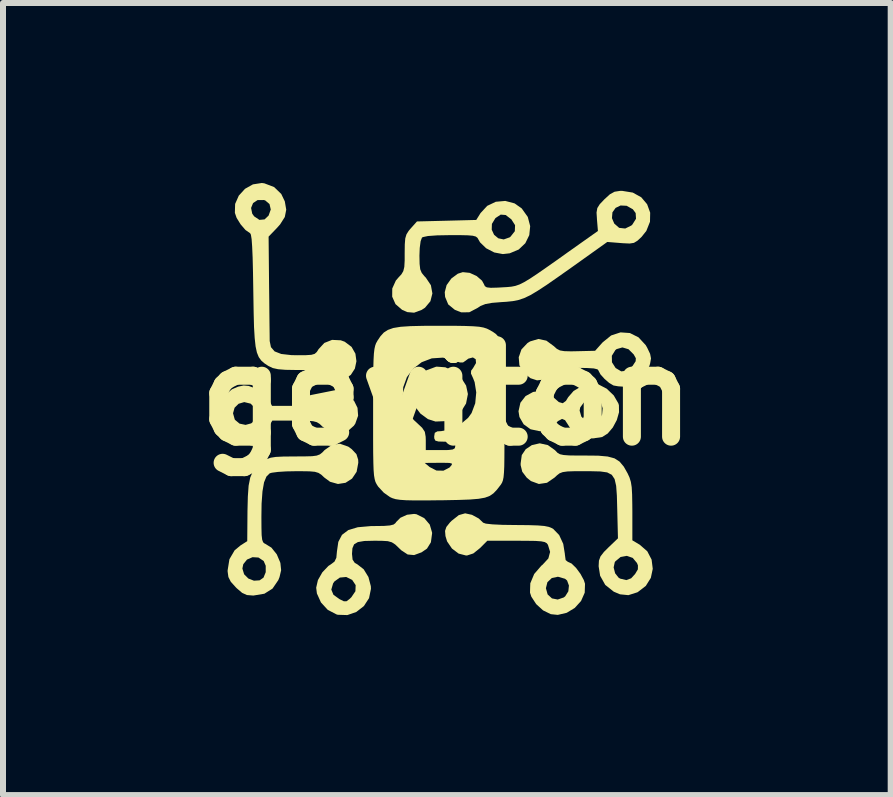
<source format=kicad_pcb>
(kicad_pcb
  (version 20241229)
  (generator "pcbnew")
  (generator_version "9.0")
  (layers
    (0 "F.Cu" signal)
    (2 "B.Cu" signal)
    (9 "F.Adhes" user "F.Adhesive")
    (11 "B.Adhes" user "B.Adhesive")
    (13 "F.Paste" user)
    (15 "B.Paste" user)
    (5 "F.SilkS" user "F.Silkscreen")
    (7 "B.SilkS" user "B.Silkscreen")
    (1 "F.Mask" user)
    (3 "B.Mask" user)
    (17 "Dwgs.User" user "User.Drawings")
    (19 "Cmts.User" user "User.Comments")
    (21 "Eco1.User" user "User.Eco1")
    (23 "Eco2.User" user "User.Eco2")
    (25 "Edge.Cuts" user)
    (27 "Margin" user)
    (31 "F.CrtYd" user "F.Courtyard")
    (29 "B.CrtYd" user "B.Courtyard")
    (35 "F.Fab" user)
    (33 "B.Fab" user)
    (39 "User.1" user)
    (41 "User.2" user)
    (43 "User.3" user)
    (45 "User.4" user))
  (footprint "geviton"
    (layer "F.Cu")
    (at 4.398 3.539)
    (property "Reference" "geviton" (at 0 0 0) (layer "F.SilkS") (effects (font (size 1.524 1.524) (thickness 0.3))))
    (attr board_only exclude_from_pos_files exclude_from_bom)
    (fp_poly (pts (xy -0.025 -0.467) (xy 0.116 -0.401) (xy 0.237 -0.295) (xy 0.321 -0.162) (xy 0.351 -0.021) (xy 0.32 0.137) (xy 0.236 0.272) (xy 0.113 0.372) (xy -0.033 0.431) (xy -0.189 0.437) (xy -0.315 0.397) (xy -0.441 0.304) (xy -0.538 0.177) (xy -0.591 0.041) (xy -0.597 -0.014) (xy -0.564 -0.17) (xy -0.475 -0.309) (xy -0.343 -0.416) (xy -0.184 -0.475) (xy -0.171 -0.478)) (stroke (width 0) (type solid)) (fill yes) (layer "F.SilkS"))
    (fp_poly (pts (xy 2.526 -0.181) (xy 2.532 -0.179) (xy 2.665 -0.11) (xy 2.782 0.002) (xy 2.858 0.133) (xy 2.868 0.164) (xy 2.87 0.282) (xy 2.833 0.412) (xy 2.766 0.537) (xy 2.681 0.637) (xy 2.589 0.695) (xy 2.547 0.703) (xy 2.469 0.713) (xy 2.453 0.717) (xy 2.386 0.719) (xy 2.317 0.704) (xy 2.164 0.642) (xy 2.063 0.558) (xy 2.02 0.491) (xy 1.97 0.414) (xy 1.92 0.393) (xy 1.854 0.429) (xy 1.786 0.492) (xy 1.69 0.567) (xy 1.586 0.596) (xy 1.54 0.597) (xy 1.395 0.566) (xy 1.28 0.483) (xy 1.21 0.362) (xy 1.194 0.263) (xy 1.197 0.254) (xy 2.213 0.254) (xy 2.242 0.355) (xy 2.314 0.425) (xy 2.409 0.453) (xy 2.505 0.431) (xy 2.545 0.402) (xy 2.588 0.319) (xy 2.597 0.216) (xy 2.57 0.128) (xy 2.558 0.112) (xy 2.472 0.069) (xy 2.372 0.076) (xy 2.281 0.123) (xy 2.223 0.202) (xy 2.213 0.254) (xy 1.197 0.254) (xy 1.226 0.124) (xy 1.312 0.013) (xy 1.438 -0.056) (xy 1.537 -0.07) (xy 1.653 -0.054) (xy 1.748 0.006) (xy 1.777 0.034) (xy 1.867 0.113) (xy 1.932 0.132) (xy 1.985 0.093) (xy 2.022 0.032) (xy 2.112 -0.072) (xy 2.239 -0.148) (xy 2.349 -0.19) (xy 2.433 -0.2)) (stroke (width 0) (type solid)) (fill yes) (layer "F.SilkS"))
    (fp_poly (pts (xy -3.302 -0.156) (xy -3.193 -0.115) (xy -3.187 -0.112) (xy -3.047 -0.026) (xy -2.97 0.067) (xy -2.914 0.176) (xy -2.533 0.176) (xy -2.364 0.175) (xy -2.251 0.171) (xy -2.181 0.16) (xy -2.138 0.14) (xy -2.108 0.109) (xy -2.095 0.09) (xy -2.023 0.022) (xy -1.922 -0.028) (xy -1.91 -0.032) (xy -1.766 -0.041) (xy -1.642 0.005) (xy -1.546 0.093) (xy -1.489 0.209) (xy -1.479 0.34) (xy -1.526 0.472) (xy -1.55 0.507) (xy -1.668 0.612) (xy -1.8 0.649) (xy -1.938 0.619) (xy -2.072 0.523) (xy -2.12 0.477) (xy -2.167 0.448) (xy -2.228 0.432) (xy -2.321 0.424) (xy -2.461 0.422) (xy -2.541 0.422) (xy -2.909 0.422) (xy -2.983 0.546) (xy -3.096 0.675) (xy -3.242 0.748) (xy -3.408 0.763) (xy -3.574 0.715) (xy -3.705 0.614) (xy -3.794 0.469) (xy -3.829 0.3) (xy -3.829 0.299) (xy -3.564 0.299) (xy -3.536 0.4) (xy -3.531 0.409) (xy -3.455 0.472) (xy -3.355 0.493) (xy -3.262 0.468) (xy -3.239 0.45) (xy -3.201 0.371) (xy -3.198 0.271) (xy -3.229 0.18) (xy -3.27 0.139) (xy -3.377 0.113) (xy -3.471 0.141) (xy -3.538 0.207) (xy -3.564 0.299) (xy -3.829 0.299) (xy -3.829 0.287) (xy -3.797 0.139) (xy -3.709 0.004) (xy -3.58 -0.101) (xy -3.48 -0.144) (xy -3.386 -0.164)) (stroke (width 0) (type solid)) (fill yes) (layer "F.SilkS"))
    (fp_poly (pts (xy 3.051 -1.038) (xy 3.195 -0.966) (xy 3.315 -0.836) (xy 3.34 -0.792) (xy 3.388 -0.691) (xy 3.403 -0.615) (xy 3.388 -0.53) (xy 3.379 -0.499) (xy 3.307 -0.352) (xy 3.196 -0.234) (xy 3.065 -0.161) (xy 2.959 -0.143) (xy 2.857 -0.15) (xy 2.782 -0.163) (xy 2.775 -0.165) (xy 2.705 -0.207) (xy 2.627 -0.275) (xy 2.561 -0.348) (xy 2.53 -0.406) (xy 2.529 -0.411) (xy 2.511 -0.433) (xy 2.449 -0.448) (xy 2.335 -0.455) (xy 2.198 -0.457) (xy 2.043 -0.456) (xy 1.94 -0.45) (xy 1.872 -0.434) (xy 1.821 -0.405) (xy 1.769 -0.359) (xy 1.762 -0.351) (xy 1.637 -0.265) (xy 1.504 -0.249) (xy 1.394 -0.285) (xy 1.274 -0.38) (xy 1.209 -0.502) (xy 1.198 -0.636) (xy 1.207 -0.659) (xy 2.75 -0.659) (xy 2.752 -0.551) (xy 2.813 -0.455) (xy 2.907 -0.399) (xy 3.004 -0.411) (xy 3.097 -0.491) (xy 3.102 -0.499) (xy 3.147 -0.568) (xy 3.15 -0.618) (xy 3.114 -0.682) (xy 3.028 -0.768) (xy 2.926 -0.798) (xy 2.829 -0.77) (xy 2.809 -0.754) (xy 2.75 -0.659) (xy 1.207 -0.659) (xy 1.243 -0.764) (xy 1.344 -0.871) (xy 1.387 -0.898) (xy 1.525 -0.939) (xy 1.659 -0.911) (xy 1.784 -0.819) (xy 1.833 -0.775) (xy 1.885 -0.748) (xy 1.958 -0.736) (xy 2.069 -0.733) (xy 2.173 -0.735) (xy 2.471 -0.742) (xy 2.597 -0.883) (xy 2.739 -0.998) (xy 2.895 -1.049)) (stroke (width 0) (type solid)) (fill yes) (layer "F.SilkS"))
    (fp_poly (pts (xy -0.507 1.982) (xy -0.377 2.047) (xy -0.285 2.155) (xy -0.246 2.288) (xy -0.246 2.302) (xy -0.266 2.45) (xy -0.331 2.555) (xy -0.421 2.617) (xy -0.546 2.663) (xy -0.653 2.653) (xy -0.761 2.582) (xy -0.797 2.547) (xy -0.861 2.486) (xy -0.917 2.45) (xy -0.984 2.431) (xy -1.084 2.425) (xy -1.209 2.424) (xy -1.375 2.428) (xy -1.483 2.446) (xy -1.546 2.484) (xy -1.574 2.549) (xy -1.581 2.643) (xy -1.571 2.739) (xy -1.534 2.794) (xy -1.492 2.817) (xy -1.386 2.9) (xy -1.307 3.029) (xy -1.267 3.181) (xy -1.265 3.226) (xy -1.297 3.381) (xy -1.383 3.513) (xy -1.509 3.611) (xy -1.658 3.663) (xy -1.817 3.658) (xy -1.839 3.652) (xy -1.985 3.576) (xy -2.098 3.453) (xy -2.166 3.303) (xy -2.174 3.238) (xy -1.926 3.238) (xy -1.89 3.325) (xy -1.788 3.398) (xy -1.717 3.433) (xy -1.673 3.433) (xy -1.622 3.395) (xy -1.592 3.366) (xy -1.524 3.266) (xy -1.52 3.164) (xy -1.578 3.077) (xy -1.677 3.028) (xy -1.784 3.038) (xy -1.874 3.103) (xy -1.896 3.135) (xy -1.926 3.238) (xy -2.174 3.238) (xy -2.178 3.207) (xy -2.149 3.08) (xy -2.075 2.95) (xy -1.974 2.844) (xy -1.937 2.82) (xy -1.873 2.772) (xy -1.842 2.708) (xy -1.832 2.602) (xy -1.809 2.443) (xy -1.748 2.326) (xy -1.642 2.246) (xy -1.485 2.199) (xy -1.27 2.18) (xy -1.204 2.179) (xy -1.048 2.177) (xy -0.948 2.169) (xy -0.888 2.154) (xy -0.855 2.128) (xy -0.846 2.113) (xy -0.774 2.041) (xy -0.664 1.991) (xy -0.546 1.977)) (stroke (width 0) (type solid)) (fill yes) (layer "F.SilkS"))
    (fp_poly (pts (xy 1.129 -3.199) (xy 1.248 -3.115) (xy 1.349 -2.973) (xy 1.389 -2.82) (xy 1.374 -2.67) (xy 1.308 -2.535) (xy 1.198 -2.43) (xy 1.048 -2.367) (xy 0.933 -2.354) (xy 0.79 -2.381) (xy 0.655 -2.451) (xy 0.554 -2.549) (xy 0.53 -2.59) (xy 0.511 -2.624) (xy 0.483 -2.646) (xy 0.432 -2.66) (xy 0.347 -2.667) (xy 0.214 -2.67) (xy 0.06 -2.67) (xy -0.162 -2.666) (xy -0.315 -2.655) (xy -0.4 -2.637) (xy -0.415 -2.628) (xy -0.437 -2.569) (xy -0.452 -2.456) (xy -0.457 -2.327) (xy -0.454 -2.189) (xy -0.444 -2.101) (xy -0.418 -2.039) (xy -0.37 -1.981) (xy -0.351 -1.962) (xy -0.266 -1.835) (xy -0.241 -1.698) (xy -0.274 -1.568) (xy -0.364 -1.46) (xy -0.421 -1.423) (xy -0.546 -1.377) (xy -0.66 -1.387) (xy -0.746 -1.425) (xy -0.856 -1.52) (xy -0.911 -1.644) (xy -0.91 -1.78) (xy -0.85 -1.913) (xy -0.808 -1.962) (xy -0.757 -2.017) (xy -0.726 -2.07) (xy -0.709 -2.14) (xy -0.703 -2.246) (xy -0.703 -2.368) (xy -0.701 -2.517) (xy -0.693 -2.616) (xy -0.673 -2.683) (xy -0.637 -2.74) (xy -0.62 -2.761) (xy 0.748 -2.761) (xy 0.787 -2.676) (xy 0.858 -2.617) (xy 0.948 -2.598) (xy 1.047 -2.633) (xy 1.061 -2.644) (xy 1.133 -2.735) (xy 1.137 -2.836) (xy 1.075 -2.933) (xy 0.981 -3.005) (xy 0.898 -3.012) (xy 0.813 -2.956) (xy 0.808 -2.951) (xy 0.751 -2.857) (xy 0.748 -2.761) (xy -0.62 -2.761) (xy -0.6 -2.784) (xy -0.498 -2.898) (xy -0.004 -2.91) (xy 0.49 -2.923) (xy 0.562 -3.038) (xy 0.673 -3.158) (xy 0.816 -3.226) (xy 0.974 -3.24)) (stroke (width 0) (type solid)) (fill yes) (layer "F.SilkS"))
    (fp_poly (pts (xy 0.419 1.992) (xy 0.533 2.054) (xy 0.605 2.123) (xy 0.65 2.139) (xy 0.76 2.151) (xy 0.927 2.159) (xy 1.146 2.162) (xy 1.153 2.162) (xy 1.364 2.164) (xy 1.517 2.169) (xy 1.625 2.178) (xy 1.699 2.193) (xy 1.753 2.215) (xy 1.772 2.226) (xy 1.872 2.329) (xy 1.94 2.476) (xy 1.967 2.644) (xy 1.967 2.651) (xy 1.98 2.746) (xy 2.016 2.775) (xy 2.079 2.804) (xy 2.154 2.877) (xy 2.227 2.976) (xy 2.283 3.079) (xy 2.303 3.141) (xy 2.298 3.29) (xy 2.237 3.428) (xy 2.132 3.544) (xy 1.998 3.625) (xy 1.849 3.66) (xy 1.733 3.648) (xy 1.604 3.585) (xy 1.489 3.48) (xy 1.408 3.356) (xy 1.386 3.289) (xy 1.388 3.215) (xy 1.651 3.215) (xy 1.68 3.319) (xy 1.752 3.385) (xy 1.848 3.404) (xy 1.949 3.369) (xy 1.973 3.35) (xy 2.025 3.267) (xy 2.035 3.171) (xy 2.004 3.087) (xy 1.97 3.058) (xy 1.852 3.024) (xy 1.749 3.046) (xy 1.676 3.115) (xy 1.651 3.215) (xy 1.388 3.215) (xy 1.391 3.133) (xy 1.456 2.978) (xy 1.575 2.84) (xy 1.595 2.824) (xy 1.692 2.719) (xy 1.721 2.61) (xy 1.685 2.492) (xy 1.665 2.465) (xy 1.631 2.446) (xy 1.572 2.434) (xy 1.477 2.427) (xy 1.332 2.425) (xy 1.162 2.424) (xy 0.675 2.424) (xy 0.552 2.547) (xy 0.441 2.636) (xy 0.339 2.669) (xy 0.32 2.67) (xy 0.196 2.638) (xy 0.085 2.554) (xy 0.004 2.435) (xy -0.023 2.346) (xy -0.03 2.26) (xy -0.008 2.194) (xy 0.052 2.119) (xy 0.08 2.091) (xy 0.199 1.997) (xy 0.305 1.967)) (stroke (width 0) (type solid)) (fill yes) (layer "F.SilkS"))
    (fp_poly (pts (xy 3.099 -3.379) (xy 3.24 -3.301) (xy 3.338 -3.185) (xy 3.389 -3.045) (xy 3.386 -2.893) (xy 3.325 -2.74) (xy 3.246 -2.641) (xy 3.176 -2.576) (xy 3.118 -2.541) (xy 3.047 -2.53) (xy 2.937 -2.535) (xy 2.899 -2.538) (xy 2.674 -2.556) (xy 2.084 -2.135) (xy 1.849 -1.969) (xy 1.662 -1.839) (xy 1.512 -1.741) (xy 1.391 -1.669) (xy 1.288 -1.62) (xy 1.194 -1.589) (xy 1.1 -1.57) (xy 0.995 -1.559) (xy 0.914 -1.554) (xy 0.753 -1.541) (xy 0.642 -1.521) (xy 0.561 -1.489) (xy 0.506 -1.453) (xy 0.373 -1.384) (xy 0.239 -1.383) (xy 0.133 -1.425) (xy 0.023 -1.515) (xy -0.029 -1.64) (xy -0.035 -1.719) (xy -0.004 -1.837) (xy 0.075 -1.947) (xy 0.183 -2.027) (xy 0.266 -2.053) (xy 0.381 -2.041) (xy 0.497 -1.988) (xy 0.586 -1.911) (xy 0.617 -1.855) (xy 0.634 -1.819) (xy 0.667 -1.799) (xy 0.732 -1.792) (xy 0.845 -1.795) (xy 0.915 -1.799) (xy 1.004 -1.804) (xy 1.077 -1.811) (xy 1.143 -1.824) (xy 1.212 -1.848) (xy 1.29 -1.887) (xy 1.388 -1.946) (xy 1.514 -2.03) (xy 1.675 -2.142) (xy 1.882 -2.288) (xy 2.005 -2.376) (xy 2.518 -2.739) (xy 2.502 -2.933) (xy 2.501 -2.953) (xy 2.752 -2.953) (xy 2.79 -2.863) (xy 2.872 -2.791) (xy 2.973 -2.78) (xy 3.075 -2.83) (xy 3.092 -2.846) (xy 3.153 -2.943) (xy 3.147 -3.038) (xy 3.1 -3.101) (xy 2.997 -3.159) (xy 2.896 -3.164) (xy 2.813 -3.124) (xy 2.76 -3.05) (xy 2.752 -2.953) (xy 2.501 -2.953) (xy 2.495 -3.046) (xy 2.508 -3.121) (xy 2.549 -3.186) (xy 2.626 -3.267) (xy 2.718 -3.351) (xy 2.795 -3.393) (xy 2.883 -3.407) (xy 2.921 -3.408)) (stroke (width 0) (type solid)) (fill yes) (layer "F.SilkS"))
    (fp_poly (pts (xy 1.684 0.83) (xy 1.803 0.915) (xy 1.811 0.924) (xy 1.845 0.959) (xy 1.885 0.982) (xy 1.945 0.995) (xy 2.038 1.002) (xy 2.179 1.004) (xy 2.309 1.004) (xy 2.523 1.006) (xy 2.68 1.02) (xy 2.795 1.051) (xy 2.879 1.105) (xy 2.948 1.187) (xy 3.013 1.301) (xy 3.045 1.371) (xy 3.067 1.443) (xy 3.081 1.531) (xy 3.088 1.651) (xy 3.091 1.818) (xy 3.092 1.936) (xy 3.092 2.417) (xy 3.216 2.491) (xy 3.341 2.6) (xy 3.413 2.739) (xy 3.432 2.892) (xy 3.4 3.043) (xy 3.316 3.177) (xy 3.182 3.28) (xy 3.174 3.284) (xy 3.026 3.331) (xy 2.886 3.317) (xy 2.782 3.273) (xy 2.64 3.16) (xy 2.555 3.008) (xy 2.533 2.869) (xy 2.78 2.869) (xy 2.805 2.967) (xy 2.865 3.042) (xy 2.891 3.056) (xy 2.992 3.08) (xy 3.072 3.05) (xy 3.138 2.978) (xy 3.184 2.901) (xy 3.185 2.835) (xy 3.169 2.795) (xy 3.098 2.71) (xy 3 2.676) (xy 2.896 2.695) (xy 2.809 2.767) (xy 2.799 2.781) (xy 2.78 2.869) (xy 2.533 2.869) (xy 2.53 2.848) (xy 2.535 2.756) (xy 2.561 2.685) (xy 2.618 2.611) (xy 2.691 2.538) (xy 2.852 2.384) (xy 2.84 1.898) (xy 2.834 1.673) (xy 2.822 1.509) (xy 2.796 1.396) (xy 2.749 1.325) (xy 2.672 1.285) (xy 2.557 1.269) (xy 2.395 1.265) (xy 2.298 1.265) (xy 2.126 1.265) (xy 2.01 1.269) (xy 1.932 1.28) (xy 1.879 1.3) (xy 1.835 1.334) (xy 1.797 1.37) (xy 1.669 1.458) (xy 1.534 1.478) (xy 1.401 1.429) (xy 1.332 1.373) (xy 1.257 1.274) (xy 1.23 1.164) (xy 1.23 1.134) (xy 1.249 0.996) (xy 1.315 0.898) (xy 1.417 0.83) (xy 1.548 0.8)) (stroke (width 0) (type solid)) (fill yes) (layer "F.SilkS"))
    (fp_poly (pts (xy -3.041 -3.533) (xy -2.879 -3.471) (xy -2.76 -3.356) (xy -2.701 -3.233) (xy -2.677 -3.094) (xy -2.701 -2.972) (xy -2.779 -2.849) (xy -2.838 -2.783) (xy -2.971 -2.645) (xy -2.963 -1.823) (xy -2.96 -1.584) (xy -2.958 -1.364) (xy -2.956 -1.175) (xy -2.954 -1.027) (xy -2.953 -0.932) (xy -2.953 -0.906) (xy -2.932 -0.803) (xy -2.871 -0.732) (xy -2.76 -0.689) (xy -2.592 -0.67) (xy -2.496 -0.668) (xy -2.35 -0.669) (xy -2.258 -0.675) (xy -2.203 -0.691) (xy -2.168 -0.722) (xy -2.138 -0.769) (xy -2.042 -0.873) (xy -1.913 -0.924) (xy -1.768 -0.917) (xy -1.702 -0.893) (xy -1.588 -0.807) (xy -1.524 -0.694) (xy -1.507 -0.568) (xy -1.533 -0.445) (xy -1.601 -0.34) (xy -1.706 -0.269) (xy -1.829 -0.246) (xy -1.979 -0.277) (xy -2.066 -0.334) (xy -2.121 -0.375) (xy -2.177 -0.4) (xy -2.254 -0.415) (xy -2.368 -0.421) (xy -2.517 -0.422) (xy -2.691 -0.425) (xy -2.813 -0.435) (xy -2.9 -0.454) (xy -2.97 -0.487) (xy -2.976 -0.49) (xy -3.042 -0.534) (xy -3.094 -0.58) (xy -3.135 -0.637) (xy -3.166 -0.713) (xy -3.188 -0.816) (xy -3.203 -0.955) (xy -3.214 -1.138) (xy -3.22 -1.372) (xy -3.225 -1.668) (xy -3.226 -1.739) (xy -3.231 -2.049) (xy -3.237 -2.294) (xy -3.245 -2.477) (xy -3.254 -2.603) (xy -3.266 -2.677) (xy -3.279 -2.702) (xy -3.356 -2.755) (xy -3.437 -2.849) (xy -3.504 -2.957) (xy -3.533 -3.041) (xy -3.531 -3.123) (xy -3.263 -3.123) (xy -3.244 -3.028) (xy -3.212 -2.983) (xy -3.124 -2.924) (xy -3.038 -2.932) (xy -2.971 -2.996) (xy -2.935 -3.097) (xy -2.956 -3.188) (xy -3.027 -3.248) (xy -3.049 -3.255) (xy -3.155 -3.254) (xy -3.23 -3.204) (xy -3.263 -3.123) (xy -3.531 -3.123) (xy -3.529 -3.19) (xy -3.468 -3.328) (xy -3.364 -3.442) (xy -3.232 -3.516) (xy -3.084 -3.539)) (stroke (width 0) (type solid)) (fill yes) (layer "F.SilkS"))
    (fp_poly (pts (xy -1.644 0.855) (xy -1.584 0.899) (xy -1.507 0.981) (xy -1.478 1.073) (xy -1.476 1.125) (xy -1.504 1.275) (xy -1.58 1.388) (xy -1.688 1.458) (xy -1.815 1.478) (xy -1.947 1.441) (xy -2.043 1.37) (xy -2.093 1.323) (xy -2.14 1.293) (xy -2.2 1.275) (xy -2.29 1.267) (xy -2.426 1.265) (xy -2.517 1.265) (xy -2.677 1.268) (xy -2.816 1.277) (xy -2.916 1.29) (xy -2.952 1.3) (xy -3.007 1.354) (xy -3.047 1.451) (xy -3.073 1.6) (xy -3.088 1.806) (xy -3.091 2.026) (xy -3.09 2.208) (xy -3.087 2.331) (xy -3.078 2.407) (xy -3.062 2.45) (xy -3.039 2.47) (xy -3.027 2.475) (xy -2.924 2.539) (xy -2.835 2.65) (xy -2.778 2.784) (xy -2.774 2.798) (xy -2.762 2.915) (xy -2.789 3.03) (xy -2.809 3.08) (xy -2.905 3.221) (xy -3.041 3.307) (xy -3.221 3.337) (xy -3.234 3.337) (xy -3.333 3.329) (xy -3.412 3.293) (xy -3.501 3.217) (xy -3.517 3.201) (xy -3.601 3.108) (xy -3.641 3.029) (xy -3.654 2.936) (xy -3.654 2.918) (xy -3.649 2.887) (xy -3.408 2.887) (xy -3.379 2.983) (xy -3.308 3.054) (xy -3.215 3.09) (xy -3.121 3.084) (xy -3.056 3.039) (xy -3.019 2.948) (xy -3.019 2.841) (xy -3.053 2.762) (xy -3.139 2.704) (xy -3.239 2.698) (xy -3.331 2.738) (xy -3.393 2.815) (xy -3.408 2.887) (xy -3.649 2.887) (xy -3.624 2.732) (xy -3.537 2.583) (xy -3.439 2.502) (xy -3.327 2.431) (xy -3.323 1.927) (xy -3.317 1.687) (xy -3.304 1.506) (xy -3.277 1.371) (xy -3.234 1.269) (xy -3.171 1.188) (xy -3.084 1.116) (xy -3.058 1.098) (xy -2.999 1.063) (xy -2.936 1.04) (xy -2.852 1.027) (xy -2.731 1.021) (xy -2.558 1.019) (xy -2.538 1.019) (xy -2.365 1.018) (xy -2.247 1.015) (xy -2.17 1.005) (xy -2.117 0.985) (xy -2.076 0.953) (xy -2.038 0.913) (xy -1.916 0.827) (xy -1.782 0.807)) (stroke (width 0) (type solid)) (fill yes) (layer "F.SilkS"))
    (fp_poly (pts (xy 0.108 -1.159) (xy 0.297 -1.156) (xy 0.437 -1.151) (xy 0.538 -1.143) (xy 0.61 -1.13) (xy 0.666 -1.112) (xy 0.703 -1.094) (xy 0.767 -1.058) (xy 0.819 -1.021) (xy 0.859 -0.976) (xy 0.891 -0.915) (xy 0.914 -0.829) (xy 0.93 -0.713) (xy 0.941 -0.558) (xy 0.948 -0.358) (xy 0.953 -0.103) (xy 0.956 0.213) (xy 0.956 0.29) (xy 0.959 0.599) (xy 0.96 0.846) (xy 0.959 1.038) (xy 0.957 1.184) (xy 0.952 1.29) (xy 0.945 1.366) (xy 0.934 1.419) (xy 0.92 1.456) (xy 0.902 1.486) (xy 0.893 1.498) (xy 0.834 1.574) (xy 0.778 1.633) (xy 0.716 1.676) (xy 0.636 1.706) (xy 0.529 1.725) (xy 0.385 1.737) (xy 0.192 1.744) (xy -0.059 1.749) (xy -0.099 1.749) (xy -0.349 1.752) (xy -0.538 1.752) (xy -0.679 1.749) (xy -0.78 1.742) (xy -0.854 1.731) (xy -0.909 1.714) (xy -0.948 1.696) (xy -1.051 1.623) (xy -1.141 1.526) (xy -1.15 1.514) (xy -1.172 1.479) (xy -1.19 1.443) (xy -1.203 1.397) (xy -1.214 1.333) (xy -1.221 1.244) (xy -1.225 1.127) (xy -0.369 1.127) (xy -0.286 1.196) (xy -0.173 1.254) (xy -0.056 1.256) (xy 0.044 1.204) (xy 0.053 1.194) (xy 0.083 1.158) (xy 0.083 1.137) (xy 0.042 1.127) (xy -0.053 1.125) (xy -0.126 1.125) (xy -0.369 1.127) (xy -1.225 1.127) (xy -1.225 1.121) (xy -1.228 0.956) (xy -1.229 0.742) (xy -1.229 0.469) (xy -1.229 0.302) (xy -1.229 0.049) (xy -0.735 0.049) (xy -0.69 0.223) (xy -0.634 0.314) (xy -0.547 0.415) (xy -0.496 0.462) (xy -0.411 0.542) (xy -0.367 0.609) (xy -0.353 0.691) (xy -0.351 0.75) (xy -0.351 0.913) (xy -0.105 0.913) (xy 0.024 0.912) (xy 0.098 0.903) (xy 0.132 0.883) (xy 0.14 0.849) (xy 0.141 0.843) (xy 0.131 0.801) (xy 0.092 0.78) (xy 0.005 0.773) (xy -0.035 0.773) (xy -0.139 0.77) (xy -0.191 0.756) (xy -0.209 0.72) (xy -0.211 0.685) (xy -0.201 0.625) (xy -0.158 0.601) (xy -0.093 0.597) (xy 0.063 0.567) (xy 0.221 0.488) (xy 0.354 0.376) (xy 0.412 0.296) (xy 0.473 0.133) (xy 0.49 -0.049) (xy 0.463 -0.22) (xy 0.437 -0.286) (xy 0.402 -0.363) (xy 0.405 -0.411) (xy 0.437 -0.454) (xy 0.486 -0.538) (xy 0.481 -0.602) (xy 0.434 -0.631) (xy 0.358 -0.611) (xy 0.316 -0.579) (xy 0.269 -0.547) (xy 0.216 -0.548) (xy 0.13 -0.579) (xy -0.065 -0.628) (xy -0.251 -0.616) (xy -0.419 -0.552) (xy -0.56 -0.444) (xy -0.666 -0.303) (xy -0.727 -0.135) (xy -0.735 0.049) (xy -1.229 0.049) (xy -1.229 -0.005) (xy -1.228 -0.25) (xy -1.226 -0.442) (xy -1.222 -0.587) (xy -1.216 -0.694) (xy -1.207 -0.771) (xy -1.195 -0.826) (xy -1.18 -0.868) (xy -1.16 -0.903) (xy -1.16 -0.905) (xy -1.107 -0.984) (xy -1.051 -1.046) (xy -0.983 -1.09) (xy -0.893 -1.122) (xy -0.771 -1.142) (xy -0.607 -1.153) (xy -0.391 -1.158) (xy -0.14 -1.159)) (stroke (width 0) (type solid)) (fill yes) (layer "F.SilkS")))
  (gr_rect
    (start -3 -3)
    (end 11.796 10.202)
    (stroke (width 0.1) (type default))
    (fill no)
    (layer "Edge.Cuts")))
</source>
